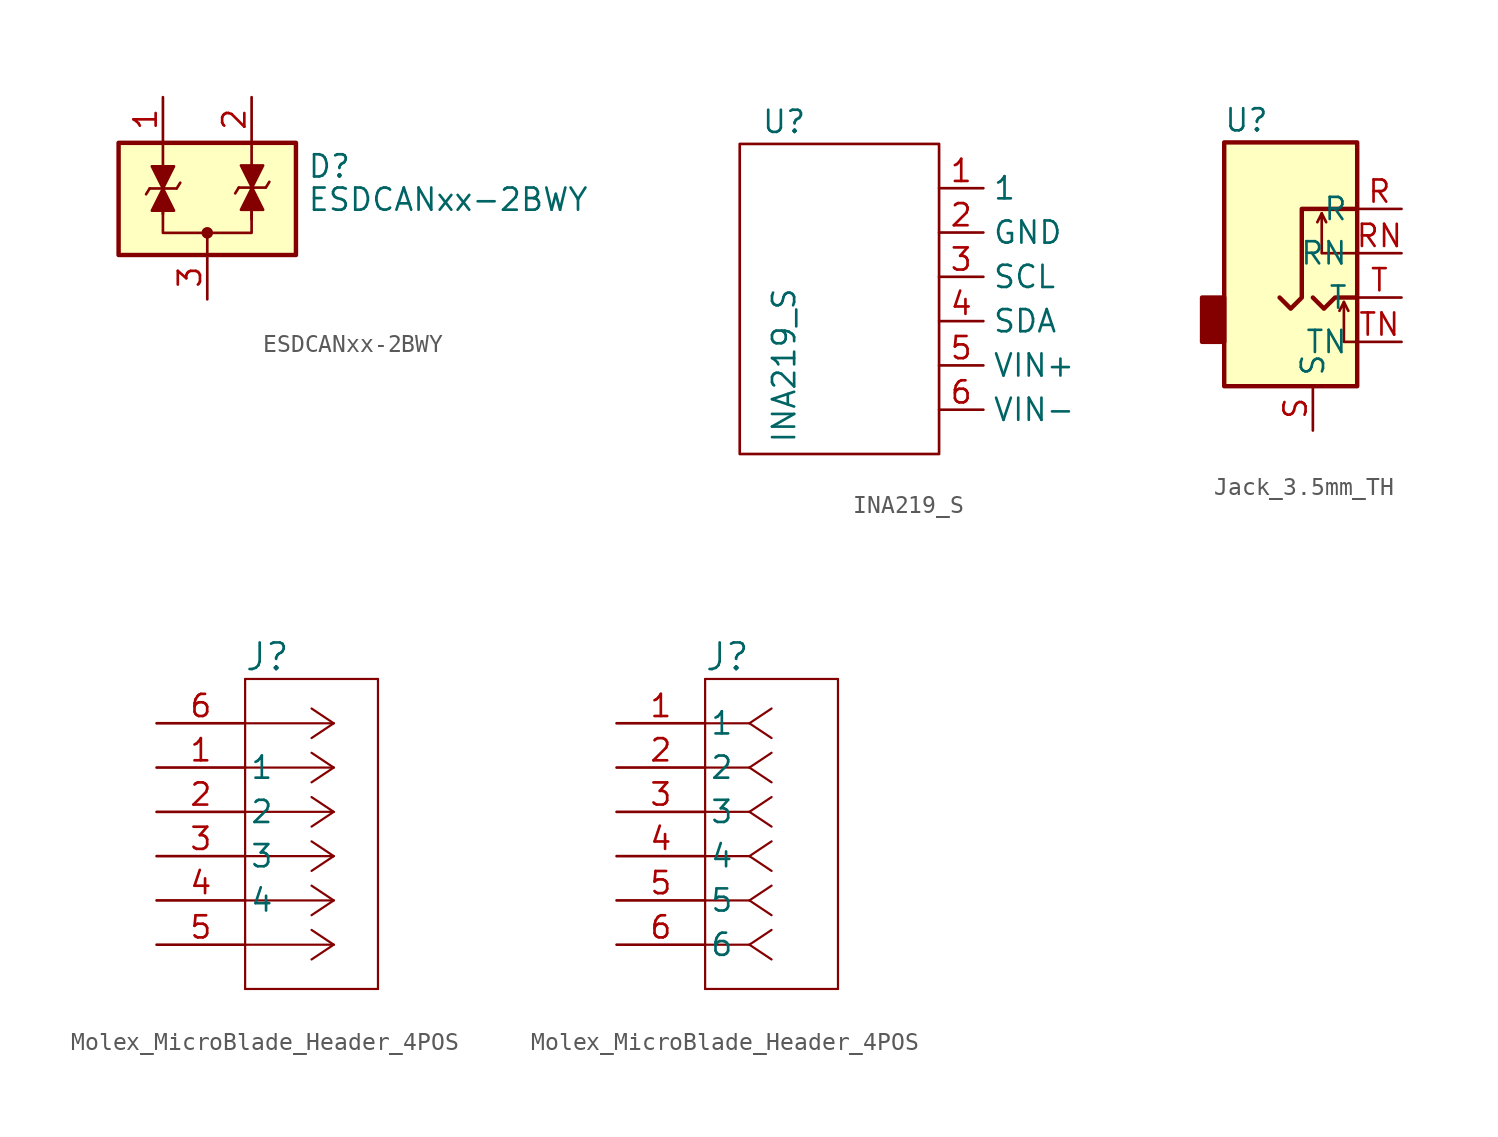
<source format=kicad_sym>
(kicad_symbol_lib
  (version 20220914)
  (generator kicad_symbol_editor)
  (symbol "ESDCANxx-2BWY"
    (pin_names hide)
    (property "Reference" "D"
      (at 5.715 2.54 0)
      (effects (font (size 1.27 1.27)) (justify left)))
    (property "Value" "ESDCANxx-2BWY"
      (at 5.715 0.635 0)
      (effects (font (size 1.27 1.27)) (justify left)))
    (symbol "ESDCANxx-2BWY_0_0"
      (pin passive line (at 0 -5.08 90) (length 2.54) (name "A" (effects (font (size 1.27 1.27)))) (number "3" (effects (font (size 1.27 1.27))))))
    (symbol "ESDCANxx-2BWY_0_1"
      (rectangle (start -5.08 3.886) (end 5.08 -2.54) (stroke (width 0.254) (type default)) (fill (type background)))
      (circle (center 0 -1.27) (radius 0.254) (stroke (width 0) (type default)) (fill (type outline)))
      (polyline (pts (xy -3.302 1.27) (xy -3.505 0.94)) (stroke (width 0) (type default)) (fill (type none)))
      (polyline (pts (xy -2.54 2.54) (xy -2.54 1.27)) (stroke (width 0) (type default)) (fill (type none)))
      (polyline (pts (xy -1.753 1.27) (xy -1.549 1.6)) (stroke (width 0) (type default)) (fill (type none)))
      (polyline (pts (xy 0 -1.27) (xy 0 -2.54)) (stroke (width 0) (type default)) (fill (type none)))
      (polyline (pts (xy 1.803 1.321) (xy 1.6 0.991)) (stroke (width 0) (type default)) (fill (type none)))
      (polyline (pts (xy 2.54 2.54) (xy 2.54 1.27)) (stroke (width 0) (type default)) (fill (type none)))
      (polyline (pts (xy 2.565 2.591) (xy 2.565 1.321)) (stroke (width 0) (type default)) (fill (type none)))
      (polyline (pts (xy 3.353 1.321) (xy 3.556 1.651)) (stroke (width 0) (type default)) (fill (type none)))
      (polyline (pts (xy -2.54 1.27) (xy -3.302 1.27) (xy -1.905 1.27) (xy -1.778 1.27)) (stroke (width 0) (type default)) (fill (type none)))
      (polyline (pts (xy -2.54 1.27) (xy -2.54 -1.27) (xy 2.54 -1.27) (xy 2.54 1.27)) (stroke (width 0) (type default)) (fill (type none)))
      (polyline (pts (xy 2.565 1.321) (xy 1.803 1.321) (xy 3.2 1.321) (xy 3.327 1.321)) (stroke (width 0) (type default)) (fill (type none))))
    (symbol "ESDCANxx-2BWY_1_1"
      (polyline (pts (xy -2.54 -0.203) (xy -2.54 3.886)) (stroke (width 0) (type default)) (fill (type none)))
      (polyline (pts (xy 2.54 -0.508) (xy 2.54 3.937)) (stroke (width 0) (type default)) (fill (type none)))
      (polyline (pts (xy -2.54 1.27) (xy -3.175 2.54) (xy -1.905 2.54) (xy -2.54 1.27)) (stroke (width 0) (type default)) (fill (type outline)))
      (polyline (pts (xy -2.54 1.27) (xy -1.905 0) (xy -3.175 0) (xy -2.54 1.27)) (stroke (width 0) (type default)) (fill (type outline)))
      (polyline (pts (xy 2.565 1.321) (xy 1.93 2.591) (xy 3.2 2.591) (xy 2.565 1.321)) (stroke (width 0) (type default)) (fill (type outline)))
      (polyline (pts (xy 2.565 1.321) (xy 3.2 0.051) (xy 1.93 0.051) (xy 2.565 1.321)) (stroke (width 0) (type default)) (fill (type outline)))
      (pin passive line (at -2.54 6.502 270) (length 2.54) (name "K" (effects (font (size 1.27 1.27)))) (number "1" (effects (font (size 1.27 1.27)))))
      (pin passive line (at 2.54 6.502 270) (length 2.54) (name "K" (effects (font (size 1.27 1.27)))) (number "2" (effects (font (size 1.27 1.27)))))))
  (symbol "INA219_S"
    (property "Reference" "U"
      (at -2.54 6.35 0)
      (effects (font (size 1.27 1.27))))
    (property "Value" "INA219_S"
      (at -2.54 -7.62 90)
      (effects (font (size 1.27 1.27))))
    (symbol "INA219_S_0_1"
      (rectangle (start -5.08 5.08) (end 6.35 -12.7) (stroke (width 0) (type default)) (fill (type none))))
    (symbol "INA219_S_1_1"
      (pin power_in line (at 6.35 2.54 0) (length 2.54) (name "1" (effects (font (size 1.27 1.27)))) (number "1" (effects (font (size 1.27 1.27)))))
      (pin power_in line (at 6.35 0 0) (length 2.54) (name "GND" (effects (font (size 1.27 1.27)))) (number "2" (effects (font (size 1.27 1.27)))))
      (pin input line (at 6.35 -2.54 0) (length 2.54) (name "SCL" (effects (font (size 1.27 1.27)))) (number "3" (effects (font (size 1.27 1.27)))))
      (pin input line (at 6.35 -5.08 0) (length 2.54) (name "SDA" (effects (font (size 1.27 1.27)))) (number "4" (effects (font (size 1.27 1.27)))))
      (pin input line (at 6.35 -7.62 0) (length 2.54) (name "VIN+" (effects (font (size 1.27 1.27)))) (number "5" (effects (font (size 1.27 1.27)))))
      (pin input line (at 6.35 -10.16 0) (length 2.54) (name "VIN-" (effects (font (size 1.27 1.27)))) (number "6" (effects (font (size 1.27 1.27)))))))
  (symbol "Jack_3.5mm_TH"
    (property "Reference" "U"
      (at -8.89 7.62 0)
      (effects (font (size 1.27 1.27))))
    (property "Value" ""
      (at 0 0 0)
      (effects (font (size 1.27 1.27))))
    (symbol "Jack_3.5mm_TH_0_1"
      (rectangle (start -10.16 -2.54) (end -11.43 -5.08) (stroke (width 0.254) (type default)) (fill (type outline)))
      (rectangle (start -10.16 6.35) (end -2.54 -7.62) (stroke (width 0.254) (type default)) (fill (type background)))
      (polyline (pts (xy -4.572 2.286) (xy -4.318 1.778)) (stroke (width 0) (type default)) (fill (type none)))
      (polyline (pts (xy -3.302 -2.794) (xy -3.048 -3.302)) (stroke (width 0) (type default)) (fill (type none)))
      (polyline (pts (xy -5.08 -2.54) (xy -4.445 -3.175) (xy -3.81 -2.54) (xy -2.54 -2.54)) (stroke (width 0.254) (type default)) (fill (type none)))
      (polyline (pts (xy -2.54 -5.08) (xy -3.302 -5.08) (xy -3.302 -2.794) (xy -3.556 -3.302)) (stroke (width 0) (type default)) (fill (type none)))
      (polyline (pts (xy -2.54 0) (xy -4.572 0) (xy -4.572 2.286) (xy -4.826 1.778)) (stroke (width 0) (type default)) (fill (type none)))
      (polyline (pts (xy -6.985 -2.54) (xy -6.35 -3.175) (xy -5.715 -2.54) (xy -5.715 2.54) (xy -2.54 2.54)) (stroke (width 0.254) (type default)) (fill (type none))))
    (symbol "Jack_3.5mm_TH_1_1"
      (pin passive line (at 0 2.54 180) (length 2.54) (name "R" (effects (font (size 1.27 1.27)))) (number "R" (effects (font (size 1.27 1.27)))))
      (pin passive line (at 0 0 180) (length 2.54) (name "RN" (effects (font (size 1.27 1.27)))) (number "RN" (effects (font (size 1.27 1.27)))))
      (pin passive line (at -5.08 -10.16 90) (length 2.54) (name "S" (effects (font (size 1.27 1.27)))) (number "S" (effects (font (size 1.27 1.27)))))
      (pin passive line (at 0 -2.54 180) (length 2.54) (name "T" (effects (font (size 1.27 1.27)))) (number "T" (effects (font (size 1.27 1.27)))))
      (pin passive line (at 0 -5.08 180) (length 2.54) (name "TN" (effects (font (size 1.27 1.27)))) (number "TN" (effects (font (size 1.27 1.27)))))))
  (symbol "Molex_MicroBlade_Header_4POS"
    (pin_names
      (offset 0.254))
    (property "Reference" "J"
      (at 6.35 3.81 0)
      (effects (font (size 1.524 1.524))))
    (property "ki_locked" ""
      (at 0 0 0)
      (effects (font (size 1.27 1.27))))
    (symbol "Molex_MicroBlade_Header_4POS_1_1"
      (polyline (pts (xy 5.08 -15.24) (xy 12.7 -15.24)) (stroke (width 0.127) (type default)) (fill (type none)))
      (polyline (pts (xy 5.08 2.54) (xy 5.08 -15.24)) (stroke (width 0.127) (type default)) (fill (type none)))
      (polyline (pts (xy 10.16 -12.7) (xy 5.08 -12.7)) (stroke (width 0.127) (type default)) (fill (type none)))
      (polyline (pts (xy 10.16 -12.7) (xy 8.89 -13.547)) (stroke (width 0.127) (type default)) (fill (type none)))
      (polyline (pts (xy 10.16 -12.7) (xy 8.89 -11.853)) (stroke (width 0.127) (type default)) (fill (type none)))
      (polyline (pts (xy 10.16 -10.16) (xy 5.08 -10.16)) (stroke (width 0.127) (type default)) (fill (type none)))
      (polyline (pts (xy 10.16 -10.16) (xy 8.89 -11.007)) (stroke (width 0.127) (type default)) (fill (type none)))
      (polyline (pts (xy 10.16 -10.16) (xy 8.89 -9.313)) (stroke (width 0.127) (type default)) (fill (type none)))
      (polyline (pts (xy 10.16 -7.62) (xy 5.08 -7.62)) (stroke (width 0.127) (type default)) (fill (type none)))
      (polyline (pts (xy 10.16 -7.62) (xy 8.89 -8.467)) (stroke (width 0.127) (type default)) (fill (type none)))
      (polyline (pts (xy 10.16 -7.62) (xy 8.89 -6.773)) (stroke (width 0.127) (type default)) (fill (type none)))
      (polyline (pts (xy 10.16 -5.08) (xy 5.08 -5.08)) (stroke (width 0.127) (type default)) (fill (type none)))
      (polyline (pts (xy 10.16 -5.08) (xy 8.89 -5.927)) (stroke (width 0.127) (type default)) (fill (type none)))
      (polyline (pts (xy 10.16 -5.08) (xy 8.89 -4.233)) (stroke (width 0.127) (type default)) (fill (type none)))
      (polyline (pts (xy 10.16 -2.54) (xy 5.08 -2.54)) (stroke (width 0.127) (type default)) (fill (type none)))
      (polyline (pts (xy 10.16 -2.54) (xy 8.89 -3.387)) (stroke (width 0.127) (type default)) (fill (type none)))
      (polyline (pts (xy 10.16 -2.54) (xy 8.89 -1.693)) (stroke (width 0.127) (type default)) (fill (type none)))
      (polyline (pts (xy 10.16 0) (xy 5.08 0)) (stroke (width 0.127) (type default)) (fill (type none)))
      (polyline (pts (xy 10.16 0) (xy 8.89 -0.847)) (stroke (width 0.127) (type default)) (fill (type none)))
      (polyline (pts (xy 10.16 0) (xy 8.89 0.847)) (stroke (width 0.127) (type default)) (fill (type none)))
      (polyline (pts (xy 12.7 -15.24) (xy 12.7 2.54)) (stroke (width 0.127) (type default)) (fill (type none)))
      (polyline (pts (xy 12.7 2.54) (xy 5.08 2.54)) (stroke (width 0.127) (type default)) (fill (type none)))
      (pin unspecified line (at 0 -2.54 0) (length 5.08) (name "1" (effects (font (size 1.27 1.27)))) (number "1" (effects (font (size 1.27 1.27)))))
      (pin unspecified line (at 0 -5.08 0) (length 5.08) (name "2" (effects (font (size 1.27 1.27)))) (number "2" (effects (font (size 1.27 1.27)))))
      (pin unspecified line (at 0 -7.62 0) (length 5.08) (name "3" (effects (font (size 1.27 1.27)))) (number "3" (effects (font (size 1.27 1.27)))))
      (pin unspecified line (at 0 -10.16 0) (length 5.08) (name "4" (effects (font (size 1.27 1.27)))) (number "4" (effects (font (size 1.27 1.27)))))
      (pin unspecified line (at 0 -12.7 0) (length 5.08) (name "" (effects (font (size 1.27 1.27)))) (number "5" (effects (font (size 1.27 1.27)))))
      (pin unspecified line (at 0 0 0) (length 5.08) (name "" (effects (font (size 1.27 1.27)))) (number "6" (effects (font (size 1.27 1.27))))))
    (symbol "Molex_MicroBlade_Header_4POS_1_2"
      (polyline (pts (xy 5.08 -15.24) (xy 12.7 -15.24)) (stroke (width 0.127) (type default)) (fill (type none)))
      (polyline (pts (xy 5.08 2.54) (xy 5.08 -15.24)) (stroke (width 0.127) (type default)) (fill (type none)))
      (polyline (pts (xy 7.62 -12.7) (xy 5.08 -12.7)) (stroke (width 0.127) (type default)) (fill (type none)))
      (polyline (pts (xy 7.62 -12.7) (xy 8.89 -13.547)) (stroke (width 0.127) (type default)) (fill (type none)))
      (polyline (pts (xy 7.62 -12.7) (xy 8.89 -11.853)) (stroke (width 0.127) (type default)) (fill (type none)))
      (polyline (pts (xy 7.62 -10.16) (xy 5.08 -10.16)) (stroke (width 0.127) (type default)) (fill (type none)))
      (polyline (pts (xy 7.62 -10.16) (xy 8.89 -11.007)) (stroke (width 0.127) (type default)) (fill (type none)))
      (polyline (pts (xy 7.62 -10.16) (xy 8.89 -9.313)) (stroke (width 0.127) (type default)) (fill (type none)))
      (polyline (pts (xy 7.62 -7.62) (xy 5.08 -7.62)) (stroke (width 0.127) (type default)) (fill (type none)))
      (polyline (pts (xy 7.62 -7.62) (xy 8.89 -8.467)) (stroke (width 0.127) (type default)) (fill (type none)))
      (polyline (pts (xy 7.62 -7.62) (xy 8.89 -6.773)) (stroke (width 0.127) (type default)) (fill (type none)))
      (polyline (pts (xy 7.62 -5.08) (xy 5.08 -5.08)) (stroke (width 0.127) (type default)) (fill (type none)))
      (polyline (pts (xy 7.62 -5.08) (xy 8.89 -5.927)) (stroke (width 0.127) (type default)) (fill (type none)))
      (polyline (pts (xy 7.62 -5.08) (xy 8.89 -4.233)) (stroke (width 0.127) (type default)) (fill (type none)))
      (polyline (pts (xy 7.62 -2.54) (xy 5.08 -2.54)) (stroke (width 0.127) (type default)) (fill (type none)))
      (polyline (pts (xy 7.62 -2.54) (xy 8.89 -3.387)) (stroke (width 0.127) (type default)) (fill (type none)))
      (polyline (pts (xy 7.62 -2.54) (xy 8.89 -1.693)) (stroke (width 0.127) (type default)) (fill (type none)))
      (polyline (pts (xy 7.62 0) (xy 5.08 0)) (stroke (width 0.127) (type default)) (fill (type none)))
      (polyline (pts (xy 7.62 0) (xy 8.89 -0.847)) (stroke (width 0.127) (type default)) (fill (type none)))
      (polyline (pts (xy 7.62 0) (xy 8.89 0.847)) (stroke (width 0.127) (type default)) (fill (type none)))
      (polyline (pts (xy 12.7 -15.24) (xy 12.7 2.54)) (stroke (width 0.127) (type default)) (fill (type none)))
      (polyline (pts (xy 12.7 2.54) (xy 5.08 2.54)) (stroke (width 0.127) (type default)) (fill (type none)))
      (pin unspecified line (at 0 0 0) (length 5.08) (name "1" (effects (font (size 1.27 1.27)))) (number "1" (effects (font (size 1.27 1.27)))))
      (pin unspecified line (at 0 -2.54 0) (length 5.08) (name "2" (effects (font (size 1.27 1.27)))) (number "2" (effects (font (size 1.27 1.27)))))
      (pin unspecified line (at 0 -5.08 0) (length 5.08) (name "3" (effects (font (size 1.27 1.27)))) (number "3" (effects (font (size 1.27 1.27)))))
      (pin unspecified line (at 0 -7.62 0) (length 5.08) (name "4" (effects (font (size 1.27 1.27)))) (number "4" (effects (font (size 1.27 1.27)))))
      (pin unspecified line (at 0 -10.16 0) (length 5.08) (name "5" (effects (font (size 1.27 1.27)))) (number "5" (effects (font (size 1.27 1.27)))))
      (pin unspecified line (at 0 -12.7 0) (length 5.08) (name "6" (effects (font (size 1.27 1.27)))) (number "6" (effects (font (size 1.27 1.27))))))))
</source>
